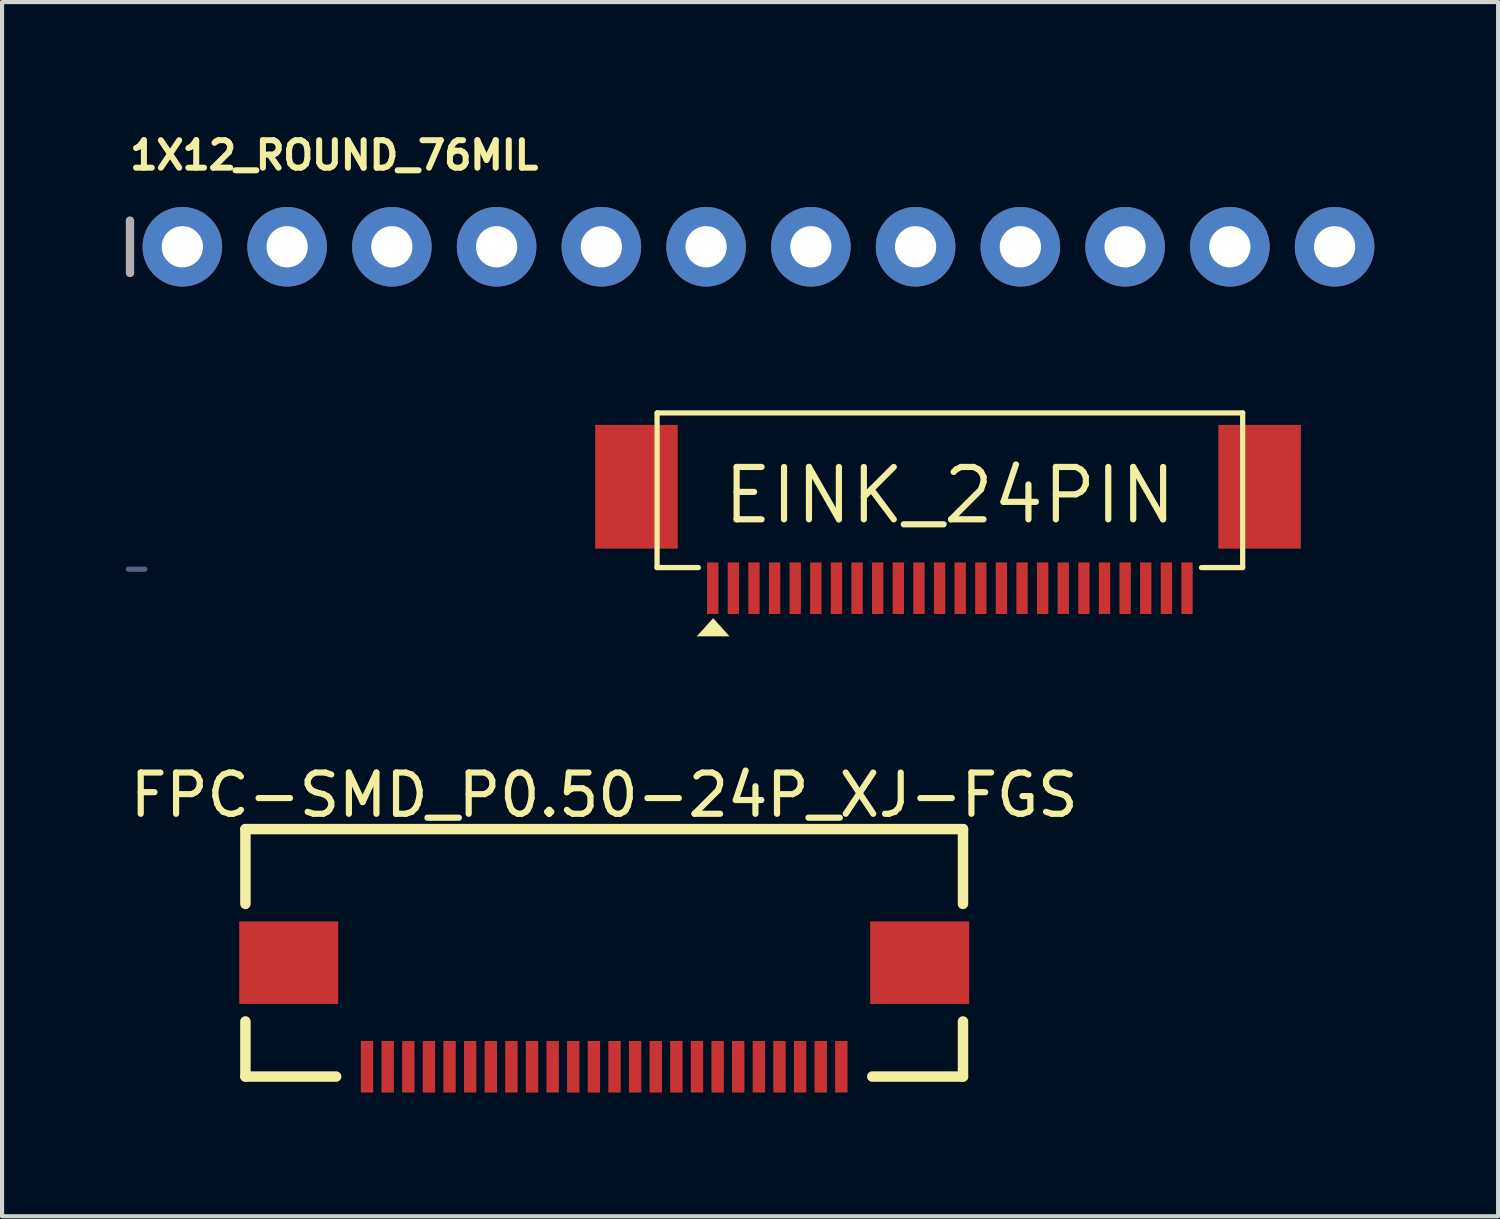
<source format=kicad_pcb>
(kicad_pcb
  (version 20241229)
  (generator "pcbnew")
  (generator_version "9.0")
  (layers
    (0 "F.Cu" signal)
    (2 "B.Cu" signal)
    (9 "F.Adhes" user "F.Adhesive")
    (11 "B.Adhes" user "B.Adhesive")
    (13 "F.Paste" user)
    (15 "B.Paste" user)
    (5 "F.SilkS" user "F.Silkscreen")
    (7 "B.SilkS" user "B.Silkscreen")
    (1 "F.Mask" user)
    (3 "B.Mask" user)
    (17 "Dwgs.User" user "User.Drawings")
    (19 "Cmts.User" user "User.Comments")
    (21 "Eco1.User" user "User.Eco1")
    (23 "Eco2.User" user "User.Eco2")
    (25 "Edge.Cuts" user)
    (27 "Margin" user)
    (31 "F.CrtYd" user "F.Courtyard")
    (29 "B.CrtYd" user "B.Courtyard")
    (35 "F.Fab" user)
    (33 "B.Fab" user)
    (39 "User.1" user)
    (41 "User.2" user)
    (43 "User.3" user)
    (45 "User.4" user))
  (footprint "EINK_24PIN"
    (layer "F.Cu")
    (at 19.983 8.963)
    (property "Reference" "EINK_24PIN" (at 0 0 0) (layer "F.SilkS") (effects (font (size 1.27 1.27) (thickness 0.15))))
    (fp_line (start -7.1 -2) (end 7.1 -2) (stroke (width 0.127) (type solid)) (layer "F.SilkS"))
    (fp_line (start -7.1 1.75) (end -7.1 -2) (stroke (width 0.127) (type solid)) (layer "F.SilkS"))
    (fp_line (start -6.1 1.75) (end -7.1 1.75) (stroke (width 0.127) (type solid)) (layer "F.SilkS"))
    (fp_line (start 7.1 -2) (end 7.1 1.75) (stroke (width 0.127) (type solid)) (layer "F.SilkS"))
    (fp_line (start 7.1 1.75) (end 6.1 1.75) (stroke (width 0.127) (type solid)) (layer "F.SilkS"))
    (fp_poly (pts (xy -5.343 3.417) (xy -6.137 3.417) (xy -5.74 2.977)) (stroke (width 0) (type default)) (fill yes) (layer "F.SilkS"))
    (fp_line (start -19.92 1.79) (end -19.52 1.79) (stroke (width 0.127) (type solid)) (layer "B.Fab"))
    (pad "1" smd rect (at -5.75 2.25) (size 0.275 1.25) (layers "F.Cu" "F.Mask" "F.Paste"))
    (pad "2" smd rect (at -5.25 2.25) (size 0.275 1.25) (layers "F.Cu" "F.Mask" "F.Paste"))
    (pad "3" smd rect (at -4.75 2.25) (size 0.275 1.25) (layers "F.Cu" "F.Mask" "F.Paste"))
    (pad "4" smd rect (at -4.25 2.25) (size 0.275 1.25) (layers "F.Cu" "F.Mask" "F.Paste"))
    (pad "5" smd rect (at -3.75 2.25) (size 0.275 1.25) (layers "F.Cu" "F.Mask" "F.Paste"))
    (pad "6" smd rect (at -3.25 2.25) (size 0.275 1.25) (layers "F.Cu" "F.Mask" "F.Paste"))
    (pad "7" smd rect (at -2.75 2.25) (size 0.275 1.25) (layers "F.Cu" "F.Mask" "F.Paste"))
    (pad "8" smd rect (at -2.25 2.25) (size 0.275 1.25) (layers "F.Cu" "F.Mask" "F.Paste"))
    (pad "9" smd rect (at -1.75 2.25) (size 0.275 1.25) (layers "F.Cu" "F.Mask" "F.Paste"))
    (pad "10" smd rect (at -1.25 2.25) (size 0.275 1.25) (layers "F.Cu" "F.Mask" "F.Paste"))
    (pad "11" smd rect (at -0.75 2.25) (size 0.275 1.25) (layers "F.Cu" "F.Mask" "F.Paste"))
    (pad "12" smd rect (at -0.25 2.25) (size 0.275 1.25) (layers "F.Cu" "F.Mask" "F.Paste"))
    (pad "13" smd rect (at 0.25 2.25) (size 0.275 1.25) (layers "F.Cu" "F.Mask" "F.Paste"))
    (pad "14" smd rect (at 0.75 2.25) (size 0.275 1.25) (layers "F.Cu" "F.Mask" "F.Paste"))
    (pad "15" smd rect (at 1.25 2.25) (size 0.275 1.25) (layers "F.Cu" "F.Mask" "F.Paste"))
    (pad "16" smd rect (at 1.75 2.25) (size 0.275 1.25) (layers "F.Cu" "F.Mask" "F.Paste"))
    (pad "17" smd rect (at 2.25 2.25) (size 0.275 1.25) (layers "F.Cu" "F.Mask" "F.Paste"))
    (pad "18" smd rect (at 2.75 2.25) (size 0.275 1.25) (layers "F.Cu" "F.Mask" "F.Paste"))
    (pad "19" smd rect (at 3.25 2.25) (size 0.275 1.25) (layers "F.Cu" "F.Mask" "F.Paste"))
    (pad "20" smd rect (at 3.75 2.25) (size 0.275 1.25) (layers "F.Cu" "F.Mask" "F.Paste"))
    (pad "21" smd rect (at 4.25 2.25) (size 0.275 1.25) (layers "F.Cu" "F.Mask" "F.Paste"))
    (pad "22" smd rect (at 4.75 2.25) (size 0.275 1.25) (layers "F.Cu" "F.Mask" "F.Paste"))
    (pad "23" smd rect (at 5.25 2.25) (size 0.275 1.25) (layers "F.Cu" "F.Mask" "F.Paste"))
    (pad "24" smd rect (at 5.75 2.25) (size 0.275 1.25) (layers "F.Cu" "F.Mask" "F.Paste"))
    (pad "SPRT1" smd rect (at -7.6 -0.21 270) (size 3 2) (layers "F.Cu" "F.Mask" "F.Paste"))
    (pad "SPRT2" smd rect (at 7.51 -0.21 270) (size 3 2) (layers "F.Cu" "F.Mask" "F.Paste")))
  (footprint "1X12_ROUND_76MIL"
    (layer "F.Cu")
    (at 15.342 2.934)
    (property "Reference" "1X12_ROUND_76MIL" (at -15.316 -1.829 0) (unlocked yes) (layer "F.SilkS") (effects (font (size 0.666 0.666) (thickness 0.146)) (justify left bottom)))
    (fp_line (start -15.24 -0.635) (end -15.24 0.635) (stroke (width 0.203) (type solid)) (layer "F.Fab"))
    (fp_poly (pts (xy -14.224 0.254) (xy -13.716 0.254) (xy -13.716 -0.254) (xy -14.224 -0.254)) (stroke (width 0.1) (type default)) (fill no) (layer "F.Fab"))
    (fp_poly (pts (xy -11.684 0.254) (xy -11.176 0.254) (xy -11.176 -0.254) (xy -11.684 -0.254)) (stroke (width 0.1) (type default)) (fill no) (layer "F.Fab"))
    (fp_poly (pts (xy -9.144 0.254) (xy -8.636 0.254) (xy -8.636 -0.254) (xy -9.144 -0.254)) (stroke (width 0.1) (type default)) (fill no) (layer "F.Fab"))
    (fp_poly (pts (xy -6.604 0.254) (xy -6.096 0.254) (xy -6.096 -0.254) (xy -6.604 -0.254)) (stroke (width 0.1) (type default)) (fill no) (layer "F.Fab"))
    (fp_poly (pts (xy -4.064 0.254) (xy -3.556 0.254) (xy -3.556 -0.254) (xy -4.064 -0.254)) (stroke (width 0.1) (type default)) (fill no) (layer "F.Fab"))
    (fp_poly (pts (xy -1.524 0.254) (xy -1.016 0.254) (xy -1.016 -0.254) (xy -1.524 -0.254)) (stroke (width 0.1) (type default)) (fill no) (layer "F.Fab"))
    (fp_poly (pts (xy 1.016 0.254) (xy 1.524 0.254) (xy 1.524 -0.254) (xy 1.016 -0.254)) (stroke (width 0.1) (type default)) (fill no) (layer "F.Fab"))
    (fp_poly (pts (xy 3.556 0.254) (xy 4.064 0.254) (xy 4.064 -0.254) (xy 3.556 -0.254)) (stroke (width 0.1) (type default)) (fill no) (layer "F.Fab"))
    (fp_poly (pts (xy 6.096 0.254) (xy 6.604 0.254) (xy 6.604 -0.254) (xy 6.096 -0.254)) (stroke (width 0.1) (type default)) (fill no) (layer "F.Fab"))
    (fp_poly (pts (xy 8.636 0.254) (xy 9.144 0.254) (xy 9.144 -0.254) (xy 8.636 -0.254)) (stroke (width 0.1) (type default)) (fill no) (layer "F.Fab"))
    (fp_poly (pts (xy 11.176 0.254) (xy 11.684 0.254) (xy 11.684 -0.254) (xy 11.176 -0.254)) (stroke (width 0.1) (type default)) (fill no) (layer "F.Fab"))
    (fp_poly (pts (xy 13.716 0.254) (xy 14.224 0.254) (xy 14.224 -0.254) (xy 13.716 -0.254)) (stroke (width 0.1) (type default)) (fill no) (layer "F.Fab"))
    (pad "1" thru_hole circle (at -13.97 0 90) (size 1.93 1.93) (drill 1) (layers "*.Cu" "*.Mask"))
    (pad "2" thru_hole circle (at -11.43 0 90) (size 1.93 1.93) (drill 1) (layers "*.Cu" "*.Mask"))
    (pad "3" thru_hole circle (at -8.89 0 90) (size 1.93 1.93) (drill 1) (layers "*.Cu" "*.Mask"))
    (pad "4" thru_hole circle (at -6.35 0 90) (size 1.93 1.93) (drill 1) (layers "*.Cu" "*.Mask"))
    (pad "5" thru_hole circle (at -3.81 0 90) (size 1.93 1.93) (drill 1) (layers "*.Cu" "*.Mask"))
    (pad "6" thru_hole circle (at -1.27 0 90) (size 1.93 1.93) (drill 1) (layers "*.Cu" "*.Mask"))
    (pad "7" thru_hole circle (at 1.27 0 90) (size 1.93 1.93) (drill 1) (layers "*.Cu" "*.Mask"))
    (pad "8" thru_hole circle (at 3.81 0 90) (size 1.93 1.93) (drill 1) (layers "*.Cu" "*.Mask"))
    (pad "9" thru_hole circle (at 6.35 0 90) (size 1.93 1.93) (drill 1) (layers "*.Cu" "*.Mask"))
    (pad "10" thru_hole circle (at 8.89 0 90) (size 1.93 1.93) (drill 1) (layers "*.Cu" "*.Mask"))
    (pad "11" thru_hole circle (at 11.43 0 90) (size 1.93 1.93) (drill 1) (layers "*.Cu" "*.Mask"))
    (pad "12" thru_hole circle (at 13.97 0 90) (size 1.93 1.93) (drill 1) (layers "*.Cu" "*.Mask")))
  (footprint "FPC-SMD_P0.50-24P_XJ-FGS"
    (layer "F.Cu")
    (at 11.601 21.555)
    (property "Reference" "FPC-SMD_P0.50-24P_XJ-FGS" (at 0 -5.327 0) (layer "F.SilkS") (effects (font (size 1 1) (thickness 0.15))))
    (fp_line (start -8.7 -4.5) (end 8.7 -4.5) (stroke (width 0.254) (type default)) (layer "F.SilkS"))
    (fp_line (start -8.7 -2.687) (end -8.7 -4.5) (stroke (width 0.254) (type default)) (layer "F.SilkS"))
    (fp_line (start -8.7 1.5) (end -8.7 0.164) (stroke (width 0.254) (type default)) (layer "F.SilkS"))
    (fp_line (start -6.5 1.5) (end -8.7 1.5) (stroke (width 0.254) (type default)) (layer "F.SilkS"))
    (fp_line (start 8.7 -2.687) (end 8.7 -4.5) (stroke (width 0.254) (type default)) (layer "F.SilkS"))
    (fp_line (start 8.7 1.5) (end 6.5 1.5) (stroke (width 0.254) (type default)) (layer "F.SilkS"))
    (fp_line (start 8.7 1.5) (end 8.7 0.164) (stroke (width 0.254) (type default)) (layer "F.SilkS"))
    (fp_poly (pts (xy -8.7 -2.261) (xy -6.7 -2.261) (xy -6.7 -0.262) (xy -8.7 -0.262)) (stroke (width 0.1) (type default)) (fill no) (layer "User.1"))
    (fp_poly (pts (xy -5.852 1.638) (xy -5.852 0.928) (xy -5.652 0.928) (xy -5.652 1.638)) (stroke (width 0.1) (type default)) (fill no) (layer "User.1"))
    (fp_poly (pts (xy -5.35 1.638) (xy -5.35 0.928) (xy -5.15 0.928) (xy -5.15 1.638)) (stroke (width 0.1) (type default)) (fill no) (layer "User.1"))
    (fp_poly (pts (xy -4.85 1.638) (xy -4.85 0.928) (xy -4.65 0.928) (xy -4.65 1.638)) (stroke (width 0.1) (type default)) (fill no) (layer "User.1"))
    (fp_poly (pts (xy -4.35 1.638) (xy -4.35 0.928) (xy -4.15 0.928) (xy -4.15 1.638)) (stroke (width 0.1) (type default)) (fill no) (layer "User.1"))
    (fp_poly (pts (xy -3.85 1.638) (xy -3.85 0.928) (xy -3.65 0.928) (xy -3.65 1.638)) (stroke (width 0.1) (type default)) (fill no) (layer "User.1"))
    (fp_poly (pts (xy -3.35 1.638) (xy -3.35 0.928) (xy -3.15 0.928) (xy -3.15 1.638)) (stroke (width 0.1) (type default)) (fill no) (layer "User.1"))
    (fp_poly (pts (xy -2.85 1.638) (xy -2.85 0.928) (xy -2.65 0.928) (xy -2.65 1.638)) (stroke (width 0.1) (type default)) (fill no) (layer "User.1"))
    (fp_poly (pts (xy -2.35 1.638) (xy -2.35 0.928) (xy -2.15 0.928) (xy -2.15 1.638)) (stroke (width 0.1) (type default)) (fill no) (layer "User.1"))
    (fp_poly (pts (xy -1.85 1.638) (xy -1.85 0.928) (xy -1.65 0.928) (xy -1.65 1.638)) (stroke (width 0.1) (type default)) (fill no) (layer "User.1"))
    (fp_poly (pts (xy -1.35 1.638) (xy -1.35 0.928) (xy -1.15 0.928) (xy -1.15 1.638)) (stroke (width 0.1) (type default)) (fill no) (layer "User.1"))
    (fp_poly (pts (xy -0.85 1.638) (xy -0.85 0.928) (xy -0.65 0.928) (xy -0.65 1.638)) (stroke (width 0.1) (type default)) (fill no) (layer "User.1"))
    (fp_poly (pts (xy -0.35 1.638) (xy -0.35 0.928) (xy -0.15 0.928) (xy -0.15 1.638)) (stroke (width 0.1) (type default)) (fill no) (layer "User.1"))
    (fp_poly (pts (xy 0.15 1.638) (xy 0.15 0.928) (xy 0.35 0.928) (xy 0.35 1.638)) (stroke (width 0.1) (type default)) (fill no) (layer "User.1"))
    (fp_poly (pts (xy 0.65 1.638) (xy 0.65 0.928) (xy 0.85 0.928) (xy 0.85 1.638)) (stroke (width 0.1) (type default)) (fill no) (layer "User.1"))
    (fp_poly (pts (xy 1.15 1.638) (xy 1.15 0.928) (xy 1.35 0.928) (xy 1.35 1.638)) (stroke (width 0.1) (type default)) (fill no) (layer "User.1"))
    (fp_poly (pts (xy 1.65 1.638) (xy 1.65 0.928) (xy 1.85 0.928) (xy 1.85 1.638)) (stroke (width 0.1) (type default)) (fill no) (layer "User.1"))
    (fp_poly (pts (xy 2.15 1.638) (xy 2.15 0.928) (xy 2.35 0.928) (xy 2.35 1.638)) (stroke (width 0.1) (type default)) (fill no) (layer "User.1"))
    (fp_poly (pts (xy 2.65 1.638) (xy 2.65 0.928) (xy 2.85 0.928) (xy 2.85 1.638)) (stroke (width 0.1) (type default)) (fill no) (layer "User.1"))
    (fp_poly (pts (xy 3.15 1.638) (xy 3.15 0.928) (xy 3.35 0.928) (xy 3.35 1.638)) (stroke (width 0.1) (type default)) (fill no) (layer "User.1"))
    (fp_poly (pts (xy 3.65 1.638) (xy 3.65 0.928) (xy 3.85 0.928) (xy 3.85 1.638)) (stroke (width 0.1) (type default)) (fill no) (layer "User.1"))
    (fp_poly (pts (xy 4.15 1.638) (xy 4.15 0.928) (xy 4.35 0.928) (xy 4.35 1.638)) (stroke (width 0.1) (type default)) (fill no) (layer "User.1"))
    (fp_poly (pts (xy 4.65 1.638) (xy 4.65 0.928) (xy 4.85 0.928) (xy 4.85 1.638)) (stroke (width 0.1) (type default)) (fill no) (layer "User.1"))
    (fp_poly (pts (xy 5.15 1.638) (xy 5.15 0.928) (xy 5.35 0.928) (xy 5.35 1.638)) (stroke (width 0.1) (type default)) (fill no) (layer "User.1"))
    (fp_poly (pts (xy 5.65 1.638) (xy 5.65 0.928) (xy 5.85 0.928) (xy 5.85 1.638)) (stroke (width 0.1) (type default)) (fill no) (layer "User.1"))
    (fp_poly (pts (xy 6.7 -2.262) (xy 8.7 -2.262) (xy 8.7 -0.262) (xy 6.7 -0.262)) (stroke (width 0.1) (type default)) (fill no) (layer "User.1"))
    (fp_line (start -8.7 -4.362) (end 8.7 -4.362) (stroke (width 0.051) (type default)) (layer "User.2"))
    (fp_line (start -8.7 0.938) (end -8.7 -4.362) (stroke (width 0.051) (type default)) (layer "User.2"))
    (fp_line (start 8.7 -4.362) (end 8.7 0.938) (stroke (width 0.051) (type default)) (layer "User.2"))
    (fp_line (start 8.7 0.938) (end -8.7 0.938) (stroke (width 0.051) (type default)) (layer "User.2"))
    (fp_poly (pts (xy -8.645 1.615) (xy -8.677 1.583) (xy -8.723 1.583) (xy -8.755 1.615) (xy -8.755 1.661) (xy -8.723 1.693) (xy -8.677 1.693) (xy -8.645 1.661)) (stroke (width 0.1) (type default)) (fill no) (layer "User.3"))
    (pad "1" smd rect (at -5.752 1.262) (size 0.3 1.25) (layers "F.Cu" "F.Mask" "F.Paste"))
    (pad "2" smd rect (at -5.25 1.262) (size 0.3 1.25) (layers "F.Cu" "F.Mask" "F.Paste"))
    (pad "3" smd rect (at -4.75 1.262) (size 0.3 1.25) (layers "F.Cu" "F.Mask" "F.Paste"))
    (pad "4" smd rect (at -4.25 1.262) (size 0.3 1.25) (layers "F.Cu" "F.Mask" "F.Paste"))
    (pad "5" smd rect (at -3.75 1.262) (size 0.3 1.25) (layers "F.Cu" "F.Mask" "F.Paste"))
    (pad "6" smd rect (at -3.25 1.262) (size 0.3 1.25) (layers "F.Cu" "F.Mask" "F.Paste"))
    (pad "7" smd rect (at -2.75 1.262) (size 0.3 1.25) (layers "F.Cu" "F.Mask" "F.Paste"))
    (pad "8" smd rect (at -2.25 1.262) (size 0.3 1.25) (layers "F.Cu" "F.Mask" "F.Paste"))
    (pad "9" smd rect (at -1.75 1.262) (size 0.3 1.25) (layers "F.Cu" "F.Mask" "F.Paste"))
    (pad "10" smd rect (at -1.25 1.262) (size 0.3 1.25) (layers "F.Cu" "F.Mask" "F.Paste"))
    (pad "11" smd rect (at -0.75 1.262) (size 0.3 1.25) (layers "F.Cu" "F.Mask" "F.Paste"))
    (pad "12" smd rect (at -0.25 1.262) (size 0.3 1.25) (layers "F.Cu" "F.Mask" "F.Paste"))
    (pad "13" smd rect (at 0.25 1.262) (size 0.3 1.25) (layers "F.Cu" "F.Mask" "F.Paste"))
    (pad "14" smd rect (at 0.75 1.262) (size 0.3 1.25) (layers "F.Cu" "F.Mask" "F.Paste"))
    (pad "15" smd rect (at 1.25 1.262) (size 0.3 1.25) (layers "F.Cu" "F.Mask" "F.Paste"))
    (pad "16" smd rect (at 1.75 1.262) (size 0.3 1.25) (layers "F.Cu" "F.Mask" "F.Paste"))
    (pad "17" smd rect (at 2.25 1.262) (size 0.3 1.25) (layers "F.Cu" "F.Mask" "F.Paste"))
    (pad "18" smd rect (at 2.75 1.262) (size 0.3 1.25) (layers "F.Cu" "F.Mask" "F.Paste"))
    (pad "19" smd rect (at 3.25 1.262) (size 0.3 1.25) (layers "F.Cu" "F.Mask" "F.Paste"))
    (pad "20" smd rect (at 3.75 1.262) (size 0.3 1.25) (layers "F.Cu" "F.Mask" "F.Paste"))
    (pad "21" smd rect (at 4.25 1.262) (size 0.3 1.25) (layers "F.Cu" "F.Mask" "F.Paste"))
    (pad "22" smd rect (at 4.75 1.262) (size 0.3 1.25) (layers "F.Cu" "F.Mask" "F.Paste"))
    (pad "23" smd rect (at 5.25 1.262) (size 0.3 1.25) (layers "F.Cu" "F.Mask" "F.Paste"))
    (pad "24" smd rect (at 5.75 1.262) (size 0.3 1.25) (layers "F.Cu" "F.Mask" "F.Paste"))
    (pad "25" smd rect (at -7.65 -1.262) (size 2.4 2) (layers "F.Cu" "F.Mask" "F.Paste"))
    (pad "26" smd rect (at 7.65 -1.262) (size 2.4 2) (layers "F.Cu" "F.Mask" "F.Paste")))
  (gr_rect
    (start -3 -3)
    (end 33.277 26.442)
    (stroke (width 0.1) (type default))
    (fill no)
    (layer "Edge.Cuts")))
</source>
